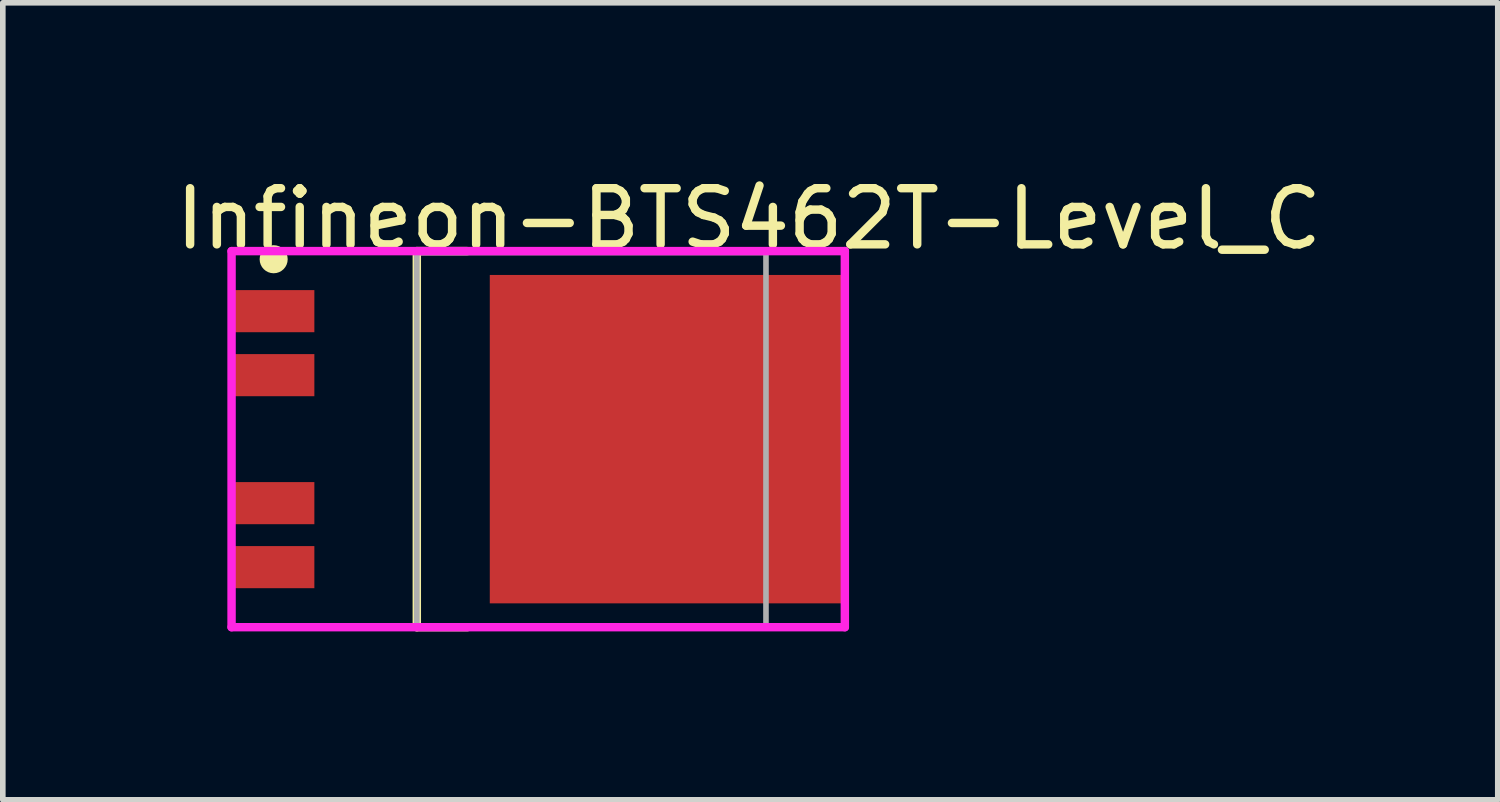
<source format=kicad_pcb>
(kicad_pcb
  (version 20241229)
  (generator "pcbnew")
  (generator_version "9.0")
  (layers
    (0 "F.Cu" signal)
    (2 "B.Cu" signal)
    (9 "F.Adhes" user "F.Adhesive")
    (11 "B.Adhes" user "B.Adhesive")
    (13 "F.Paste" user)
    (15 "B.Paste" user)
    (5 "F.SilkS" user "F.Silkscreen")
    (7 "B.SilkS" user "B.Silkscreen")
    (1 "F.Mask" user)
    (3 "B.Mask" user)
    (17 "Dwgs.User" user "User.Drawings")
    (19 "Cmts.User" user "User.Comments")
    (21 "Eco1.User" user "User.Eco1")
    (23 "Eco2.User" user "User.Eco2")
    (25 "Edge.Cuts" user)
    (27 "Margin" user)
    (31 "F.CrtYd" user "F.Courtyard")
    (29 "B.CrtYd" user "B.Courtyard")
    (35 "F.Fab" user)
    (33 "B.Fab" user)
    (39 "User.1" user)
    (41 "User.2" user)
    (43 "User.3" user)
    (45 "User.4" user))
  (footprint "Infineon-BTS462T-Level_C"
    (layer "F.Cu")
    (at 6.525 4.773)
    (property "Reference" "Infineon-BTS462T-Level_C" (at -6.525 -3.925 0) (layer "F.SilkS") (effects (font (size 1 1) (thickness 0.15)) (justify left)))
    (attr through_hole)
    (fp_line (start -2.15 -3.35) (end -1.25 -3.35) (stroke (width 0.15) (type solid)) (layer "F.SilkS"))
    (fp_line (start -2.15 3.35) (end -2.15 -3.35) (stroke (width 0.15) (type solid)) (layer "F.SilkS"))
    (fp_line (start -2.15 3.35) (end -1.25 3.35) (stroke (width 0.15) (type solid)) (layer "F.SilkS"))
    (fp_circle (center -4.7 -3.205) (end -4.575 -3.205) (stroke (width 0.25) (type solid)) (fill no) (layer "F.SilkS"))
    (fp_line (start -5.45 -3.35) (end -5.45 3.35) (stroke (width 0.15) (type solid)) (layer "F.CrtYd"))
    (fp_line (start -5.45 3.35) (end 5.475 3.35) (stroke (width 0.15) (type solid)) (layer "F.CrtYd"))
    (fp_line (start 5.475 -3.35) (end -5.45 -3.35) (stroke (width 0.15) (type solid)) (layer "F.CrtYd"))
    (fp_line (start 5.475 -3.35) (end 5.475 -3.35) (stroke (width 0.15) (type solid)) (layer "F.CrtYd"))
    (fp_line (start 5.475 3.35) (end 5.475 -3.35) (stroke (width 0.15) (type solid)) (layer "F.CrtYd"))
    (fp_line (start -2.15 -3.325) (end 4.07 -3.325) (stroke (width 0.1) (type solid)) (layer "F.Fab"))
    (fp_line (start -2.15 3.325) (end -2.15 -3.325) (stroke (width 0.1) (type solid)) (layer "F.Fab"))
    (fp_line (start -2.15 3.325) (end 4.07 3.325) (stroke (width 0.1) (type solid)) (layer "F.Fab"))
    (fp_line (start 4.07 3.325) (end 4.07 -3.325) (stroke (width 0.1) (type solid)) (layer "F.Fab"))
    (pad "1" smd rect (at -4.7 -2.28 270) (size 0.75 1.45) (layers "F.Cu" "F.Mask" "F.Paste"))
    (pad "2" smd rect (at -4.7 -1.14 270) (size 0.75 1.45) (layers "F.Cu" "F.Mask" "F.Paste"))
    (pad "3" smd rect (at 2.3 -0.000001 270) (size 5.85 6.3) (layers "F.Cu" "F.Mask" "F.Paste"))
    (pad "4" smd rect (at -4.7 1.14 270) (size 0.75 1.45) (layers "F.Cu" "F.Mask" "F.Paste"))
    (pad "5" smd rect (at -4.7 2.28 270) (size 0.75 1.45) (layers "F.Cu" "F.Mask" "F.Paste")))
  (gr_rect
    (start -3 -3)
    (end 23.631 11.198)
    (stroke (width 0.1) (type default))
    (fill no)
    (layer "Edge.Cuts")))
</source>
